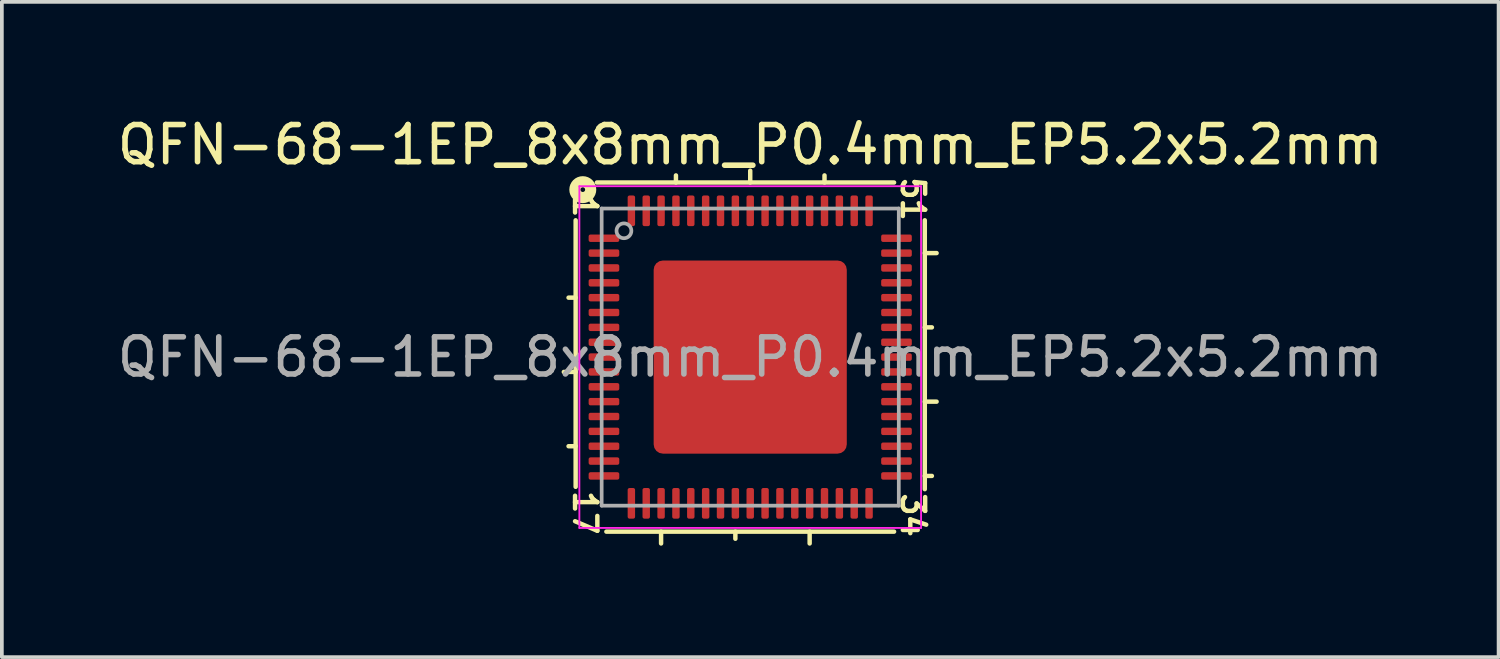
<source format=kicad_pcb>
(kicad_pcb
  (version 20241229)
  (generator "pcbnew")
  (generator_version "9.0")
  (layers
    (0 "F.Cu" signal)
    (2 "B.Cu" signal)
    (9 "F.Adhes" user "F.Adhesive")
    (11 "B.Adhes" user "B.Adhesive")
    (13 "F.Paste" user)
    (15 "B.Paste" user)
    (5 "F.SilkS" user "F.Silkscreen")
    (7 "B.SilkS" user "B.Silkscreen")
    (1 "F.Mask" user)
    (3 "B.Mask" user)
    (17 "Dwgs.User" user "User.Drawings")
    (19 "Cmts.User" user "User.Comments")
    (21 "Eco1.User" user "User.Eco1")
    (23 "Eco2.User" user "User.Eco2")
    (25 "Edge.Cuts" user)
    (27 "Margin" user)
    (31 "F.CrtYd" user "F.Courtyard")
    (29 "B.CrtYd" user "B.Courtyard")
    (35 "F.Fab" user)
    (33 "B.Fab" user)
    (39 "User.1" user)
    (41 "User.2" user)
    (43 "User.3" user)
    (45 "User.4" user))
  (footprint "QFN-68-1EP_8x8mm_P0.4mm_EP5.2x5.2mm"
    (layer "F.Cu")
    (at 17.149 6.564)
    (property "Reference" "QFN-68-1EP_8x8mm_P0.4mm_EP5.2x5.2mm" (at 0 -5.716 0) (layer "F.SilkS") (effects (font (size 1 1) (thickness 0.15))))
    (attr smd)
    (fp_line (start -4.7 -3.683) (end -4.7 3.493) (stroke (width 0.12) (type solid)) (layer "F.SilkS"))
    (fp_line (start -4.7 -1.6) (end -4.891 -1.6) (stroke (width 0.12) (type solid)) (layer "F.SilkS"))
    (fp_line (start -4.7 0.4) (end -5.018 0.4) (stroke (width 0.12) (type solid)) (layer "F.SilkS"))
    (fp_line (start -4.7 2.4) (end -4.891 2.4) (stroke (width 0.12) (type solid)) (layer "F.SilkS"))
    (fp_line (start -3.873 4.7) (end 3.873 4.7) (stroke (width 0.12) (type solid)) (layer "F.SilkS"))
    (fp_line (start -2.4 4.7) (end -2.4 5.018) (stroke (width 0.12) (type solid)) (layer "F.SilkS"))
    (fp_line (start -2 -4.7) (end -2 -4.891) (stroke (width 0.12) (type solid)) (layer "F.SilkS"))
    (fp_line (start -0.4 4.7) (end -0.4 4.891) (stroke (width 0.12) (type solid)) (layer "F.SilkS"))
    (fp_line (start 0 -4.7) (end 0 -5.018) (stroke (width 0.12) (type solid)) (layer "F.SilkS"))
    (fp_line (start 1.6 4.7) (end 1.6 5.018) (stroke (width 0.12) (type solid)) (layer "F.SilkS"))
    (fp_line (start 2 -4.7) (end 2 -4.891) (stroke (width 0.12) (type solid)) (layer "F.SilkS"))
    (fp_line (start 3.873 -4.7) (end -4.128 -4.7) (stroke (width 0.12) (type solid)) (layer "F.SilkS"))
    (fp_line (start 4.7 -2.8) (end 5.018 -2.8) (stroke (width 0.12) (type solid)) (layer "F.SilkS"))
    (fp_line (start 4.7 -0.8) (end 4.891 -0.8) (stroke (width 0.12) (type solid)) (layer "F.SilkS"))
    (fp_line (start 4.7 1.2) (end 5.018 1.2) (stroke (width 0.12) (type solid)) (layer "F.SilkS"))
    (fp_line (start 4.7 3.2) (end 4.891 3.2) (stroke (width 0.12) (type solid)) (layer "F.SilkS"))
    (fp_line (start 4.7 3.556) (end 4.7 -3.683) (stroke (width 0.12) (type solid)) (layer "F.SilkS"))
    (fp_circle (center -4.508 -4.508) (end -4.445 -4.508) (stroke (width 0.3) (type solid)) (fill no) (layer "F.SilkS"))
    (fp_line (start -4.6 -4.6) (end -4.6 4.6) (stroke (width 0.05) (type solid)) (layer "F.CrtYd"))
    (fp_line (start -4.6 4.6) (end 4.6 4.6) (stroke (width 0.05) (type solid)) (layer "F.CrtYd"))
    (fp_line (start 4.6 -4.6) (end -4.6 -4.6) (stroke (width 0.05) (type solid)) (layer "F.CrtYd"))
    (fp_line (start 4.6 4.6) (end 4.6 -4.6) (stroke (width 0.05) (type solid)) (layer "F.CrtYd"))
    (fp_line (start -4 -4) (end 4 -4) (stroke (width 0.1) (type solid)) (layer "F.Fab"))
    (fp_line (start -4 4) (end -4 -4) (stroke (width 0.1) (type solid)) (layer "F.Fab"))
    (fp_line (start 4 -4) (end 4 4) (stroke (width 0.1) (type solid)) (layer "F.Fab"))
    (fp_line (start 4 4) (end -4 4) (stroke (width 0.1) (type solid)) (layer "F.Fab"))
    (fp_circle (center -3.4 -3.4) (end -3.2 -3.4) (stroke (width 0.1) (type solid)) (fill no) (layer "F.Fab"))
    (fp_text user "51" (at 4.381 -4.255 270) (unlocked yes) (layer "F.SilkS") (effects (font (size 0.6 0.6) (thickness 0.12))))
    (fp_text user "34" (at 4.381 4.255 270) (unlocked yes) (layer "F.SilkS") (effects (font (size 0.6 0.6) (thickness 0.12))))
    (fp_text user "17" (at -4.445 4.191 270) (unlocked yes) (layer "F.SilkS") (effects (font (size 0.6 0.6) (thickness 0.12))))
    (fp_text user "1" (at -4.445 -4.064 270) (unlocked yes) (layer "F.SilkS") (effects (font (size 0.6 0.6) (thickness 0.12))))
    (fp_text user "${REFERENCE}" (at 0 0 0) (layer "F.Fab") (effects (font (size 1 1) (thickness 0.15))))
    (pad "" smd roundrect (at -1.95 -1.95) (size 1.05 1.05) (layers "F.Paste") (roundrect_rratio 0.238))
    (pad "" smd roundrect (at -1.95 -0.65) (size 1.05 1.05) (layers "F.Paste") (roundrect_rratio 0.238))
    (pad "" smd roundrect (at -1.95 0.65) (size 1.05 1.05) (layers "F.Paste") (roundrect_rratio 0.238))
    (pad "" smd roundrect (at -1.95 1.95) (size 1.05 1.05) (layers "F.Paste") (roundrect_rratio 0.238))
    (pad "" smd roundrect (at -0.65 -1.95) (size 1.05 1.05) (layers "F.Paste") (roundrect_rratio 0.238))
    (pad "" smd roundrect (at -0.65 -0.65) (size 1.05 1.05) (layers "F.Paste") (roundrect_rratio 0.238))
    (pad "" smd roundrect (at -0.65 0.65) (size 1.05 1.05) (layers "F.Paste") (roundrect_rratio 0.238))
    (pad "" smd roundrect (at -0.65 1.95) (size 1.05 1.05) (layers "F.Paste") (roundrect_rratio 0.238))
    (pad "" smd roundrect (at 0.65 -1.95) (size 1.05 1.05) (layers "F.Paste") (roundrect_rratio 0.238))
    (pad "" smd roundrect (at 0.65 -0.65) (size 1.05 1.05) (layers "F.Paste") (roundrect_rratio 0.238))
    (pad "" smd roundrect (at 0.65 0.65) (size 1.05 1.05) (layers "F.Paste") (roundrect_rratio 0.238))
    (pad "" smd roundrect (at 0.65 1.95) (size 1.05 1.05) (layers "F.Paste") (roundrect_rratio 0.238))
    (pad "" smd roundrect (at 1.95 -1.95) (size 1.05 1.05) (layers "F.Paste") (roundrect_rratio 0.238))
    (pad "" smd roundrect (at 1.95 -0.65) (size 1.05 1.05) (layers "F.Paste") (roundrect_rratio 0.238))
    (pad "" smd roundrect (at 1.95 0.65) (size 1.05 1.05) (layers "F.Paste") (roundrect_rratio 0.238))
    (pad "" smd roundrect (at 1.95 1.95) (size 1.05 1.05) (layers "F.Paste") (roundrect_rratio 0.238))
    (pad "1" smd roundrect (at -3.938 -3.2) (size 0.825 0.2) (layers "F.Cu" "F.Mask" "F.Paste") (roundrect_rratio 0.25))
    (pad "2" smd roundrect (at -3.938 -2.8) (size 0.825 0.2) (layers "F.Cu" "F.Mask" "F.Paste") (roundrect_rratio 0.25))
    (pad "3" smd roundrect (at -3.938 -2.4) (size 0.825 0.2) (layers "F.Cu" "F.Mask" "F.Paste") (roundrect_rratio 0.25))
    (pad "4" smd roundrect (at -3.938 -2) (size 0.825 0.2) (layers "F.Cu" "F.Mask" "F.Paste") (roundrect_rratio 0.25))
    (pad "5" smd roundrect (at -3.938 -1.6) (size 0.825 0.2) (layers "F.Cu" "F.Mask" "F.Paste") (roundrect_rratio 0.25))
    (pad "6" smd roundrect (at -3.938 -1.2) (size 0.825 0.2) (layers "F.Cu" "F.Mask" "F.Paste") (roundrect_rratio 0.25))
    (pad "7" smd roundrect (at -3.938 -0.8) (size 0.825 0.2) (layers "F.Cu" "F.Mask" "F.Paste") (roundrect_rratio 0.25))
    (pad "8" smd roundrect (at -3.938 -0.4) (size 0.825 0.2) (layers "F.Cu" "F.Mask" "F.Paste") (roundrect_rratio 0.25))
    (pad "9" smd roundrect (at -3.938 0) (size 0.825 0.2) (layers "F.Cu" "F.Mask" "F.Paste") (roundrect_rratio 0.25))
    (pad "10" smd roundrect (at -3.938 0.4) (size 0.825 0.2) (layers "F.Cu" "F.Mask" "F.Paste") (roundrect_rratio 0.25))
    (pad "11" smd roundrect (at -3.938 0.8) (size 0.825 0.2) (layers "F.Cu" "F.Mask" "F.Paste") (roundrect_rratio 0.25))
    (pad "12" smd roundrect (at -3.938 1.2) (size 0.825 0.2) (layers "F.Cu" "F.Mask" "F.Paste") (roundrect_rratio 0.25))
    (pad "13" smd roundrect (at -3.938 1.6) (size 0.825 0.2) (layers "F.Cu" "F.Mask" "F.Paste") (roundrect_rratio 0.25))
    (pad "14" smd roundrect (at -3.938 2) (size 0.825 0.2) (layers "F.Cu" "F.Mask" "F.Paste") (roundrect_rratio 0.25))
    (pad "15" smd roundrect (at -3.938 2.4) (size 0.825 0.2) (layers "F.Cu" "F.Mask" "F.Paste") (roundrect_rratio 0.25))
    (pad "16" smd roundrect (at -3.938 2.8) (size 0.825 0.2) (layers "F.Cu" "F.Mask" "F.Paste") (roundrect_rratio 0.25))
    (pad "17" smd roundrect (at -3.938 3.2) (size 0.825 0.2) (layers "F.Cu" "F.Mask" "F.Paste") (roundrect_rratio 0.25))
    (pad "18" smd roundrect (at -3.2 3.938) (size 0.2 0.825) (layers "F.Cu" "F.Mask" "F.Paste") (roundrect_rratio 0.25))
    (pad "19" smd roundrect (at -2.8 3.938) (size 0.2 0.825) (layers "F.Cu" "F.Mask" "F.Paste") (roundrect_rratio 0.25))
    (pad "20" smd roundrect (at -2.4 3.938) (size 0.2 0.825) (layers "F.Cu" "F.Mask" "F.Paste") (roundrect_rratio 0.25))
    (pad "21" smd roundrect (at -2 3.938) (size 0.2 0.825) (layers "F.Cu" "F.Mask" "F.Paste") (roundrect_rratio 0.25))
    (pad "22" smd roundrect (at -1.6 3.938) (size 0.2 0.825) (layers "F.Cu" "F.Mask" "F.Paste") (roundrect_rratio 0.25))
    (pad "23" smd roundrect (at -1.2 3.938) (size 0.2 0.825) (layers "F.Cu" "F.Mask" "F.Paste") (roundrect_rratio 0.25))
    (pad "24" smd roundrect (at -0.8 3.938) (size 0.2 0.825) (layers "F.Cu" "F.Mask" "F.Paste") (roundrect_rratio 0.25))
    (pad "25" smd roundrect (at -0.4 3.938) (size 0.2 0.825) (layers "F.Cu" "F.Mask" "F.Paste") (roundrect_rratio 0.25))
    (pad "26" smd roundrect (at 0 3.938) (size 0.2 0.825) (layers "F.Cu" "F.Mask" "F.Paste") (roundrect_rratio 0.25))
    (pad "27" smd roundrect (at 0.4 3.938) (size 0.2 0.825) (layers "F.Cu" "F.Mask" "F.Paste") (roundrect_rratio 0.25))
    (pad "28" smd roundrect (at 0.8 3.938) (size 0.2 0.825) (layers "F.Cu" "F.Mask" "F.Paste") (roundrect_rratio 0.25))
    (pad "29" smd roundrect (at 1.2 3.938) (size 0.2 0.825) (layers "F.Cu" "F.Mask" "F.Paste") (roundrect_rratio 0.25))
    (pad "30" smd roundrect (at 1.6 3.938) (size 0.2 0.825) (layers "F.Cu" "F.Mask" "F.Paste") (roundrect_rratio 0.25))
    (pad "31" smd roundrect (at 2 3.938) (size 0.2 0.825) (layers "F.Cu" "F.Mask" "F.Paste") (roundrect_rratio 0.25))
    (pad "32" smd roundrect (at 2.4 3.938) (size 0.2 0.825) (layers "F.Cu" "F.Mask" "F.Paste") (roundrect_rratio 0.25))
    (pad "33" smd roundrect (at 2.8 3.938) (size 0.2 0.825) (layers "F.Cu" "F.Mask" "F.Paste") (roundrect_rratio 0.25))
    (pad "34" smd roundrect (at 3.2 3.938) (size 0.2 0.825) (layers "F.Cu" "F.Mask" "F.Paste") (roundrect_rratio 0.25))
    (pad "35" smd roundrect (at 3.938 3.2) (size 0.825 0.2) (layers "F.Cu" "F.Mask" "F.Paste") (roundrect_rratio 0.25))
    (pad "36" smd roundrect (at 3.938 2.8) (size 0.825 0.2) (layers "F.Cu" "F.Mask" "F.Paste") (roundrect_rratio 0.25))
    (pad "37" smd roundrect (at 3.938 2.4) (size 0.825 0.2) (layers "F.Cu" "F.Mask" "F.Paste") (roundrect_rratio 0.25))
    (pad "38" smd roundrect (at 3.938 2) (size 0.825 0.2) (layers "F.Cu" "F.Mask" "F.Paste") (roundrect_rratio 0.25))
    (pad "39" smd roundrect (at 3.938 1.6) (size 0.825 0.2) (layers "F.Cu" "F.Mask" "F.Paste") (roundrect_rratio 0.25))
    (pad "40" smd roundrect (at 3.938 1.2) (size 0.825 0.2) (layers "F.Cu" "F.Mask" "F.Paste") (roundrect_rratio 0.25))
    (pad "41" smd roundrect (at 3.938 0.8) (size 0.825 0.2) (layers "F.Cu" "F.Mask" "F.Paste") (roundrect_rratio 0.25))
    (pad "42" smd roundrect (at 3.938 0.4) (size 0.825 0.2) (layers "F.Cu" "F.Mask" "F.Paste") (roundrect_rratio 0.25))
    (pad "43" smd roundrect (at 3.938 0) (size 0.825 0.2) (layers "F.Cu" "F.Mask" "F.Paste") (roundrect_rratio 0.25))
    (pad "44" smd roundrect (at 3.938 -0.4) (size 0.825 0.2) (layers "F.Cu" "F.Mask" "F.Paste") (roundrect_rratio 0.25))
    (pad "45" smd roundrect (at 3.938 -0.8) (size 0.825 0.2) (layers "F.Cu" "F.Mask" "F.Paste") (roundrect_rratio 0.25))
    (pad "46" smd roundrect (at 3.938 -1.2) (size 0.825 0.2) (layers "F.Cu" "F.Mask" "F.Paste") (roundrect_rratio 0.25))
    (pad "47" smd roundrect (at 3.938 -1.6) (size 0.825 0.2) (layers "F.Cu" "F.Mask" "F.Paste") (roundrect_rratio 0.25))
    (pad "48" smd roundrect (at 3.938 -2) (size 0.825 0.2) (layers "F.Cu" "F.Mask" "F.Paste") (roundrect_rratio 0.25))
    (pad "49" smd roundrect (at 3.938 -2.4) (size 0.825 0.2) (layers "F.Cu" "F.Mask" "F.Paste") (roundrect_rratio 0.25))
    (pad "50" smd roundrect (at 3.938 -2.8) (size 0.825 0.2) (layers "F.Cu" "F.Mask" "F.Paste") (roundrect_rratio 0.25))
    (pad "51" smd roundrect (at 3.938 -3.2) (size 0.825 0.2) (layers "F.Cu" "F.Mask" "F.Paste") (roundrect_rratio 0.25))
    (pad "52" smd roundrect (at 3.2 -3.938) (size 0.2 0.825) (layers "F.Cu" "F.Mask" "F.Paste") (roundrect_rratio 0.25))
    (pad "53" smd roundrect (at 2.8 -3.938) (size 0.2 0.825) (layers "F.Cu" "F.Mask" "F.Paste") (roundrect_rratio 0.25))
    (pad "54" smd roundrect (at 2.4 -3.938) (size 0.2 0.825) (layers "F.Cu" "F.Mask" "F.Paste") (roundrect_rratio 0.25))
    (pad "55" smd roundrect (at 2 -3.938) (size 0.2 0.825) (layers "F.Cu" "F.Mask" "F.Paste") (roundrect_rratio 0.25))
    (pad "56" smd roundrect (at 1.6 -3.938) (size 0.2 0.825) (layers "F.Cu" "F.Mask" "F.Paste") (roundrect_rratio 0.25))
    (pad "57" smd roundrect (at 1.2 -3.938) (size 0.2 0.825) (layers "F.Cu" "F.Mask" "F.Paste") (roundrect_rratio 0.25))
    (pad "58" smd roundrect (at 0.8 -3.938) (size 0.2 0.825) (layers "F.Cu" "F.Mask" "F.Paste") (roundrect_rratio 0.25))
    (pad "59" smd roundrect (at 0.4 -3.938) (size 0.2 0.825) (layers "F.Cu" "F.Mask" "F.Paste") (roundrect_rratio 0.25))
    (pad "60" smd roundrect (at 0 -3.938) (size 0.2 0.825) (layers "F.Cu" "F.Mask" "F.Paste") (roundrect_rratio 0.25))
    (pad "61" smd roundrect (at -0.4 -3.938) (size 0.2 0.825) (layers "F.Cu" "F.Mask" "F.Paste") (roundrect_rratio 0.25))
    (pad "62" smd roundrect (at -0.8 -3.938) (size 0.2 0.825) (layers "F.Cu" "F.Mask" "F.Paste") (roundrect_rratio 0.25))
    (pad "63" smd roundrect (at -1.2 -3.938) (size 0.2 0.825) (layers "F.Cu" "F.Mask" "F.Paste") (roundrect_rratio 0.25))
    (pad "64" smd roundrect (at -1.6 -3.938) (size 0.2 0.825) (layers "F.Cu" "F.Mask" "F.Paste") (roundrect_rratio 0.25))
    (pad "65" smd roundrect (at -2 -3.938) (size 0.2 0.825) (layers "F.Cu" "F.Mask" "F.Paste") (roundrect_rratio 0.25))
    (pad "66" smd roundrect (at -2.4 -3.938) (size 0.2 0.825) (layers "F.Cu" "F.Mask" "F.Paste") (roundrect_rratio 0.25))
    (pad "67" smd roundrect (at -2.8 -3.938) (size 0.2 0.825) (layers "F.Cu" "F.Mask" "F.Paste") (roundrect_rratio 0.25))
    (pad "68" smd roundrect (at -3.2 -3.938) (size 0.2 0.825) (layers "F.Cu" "F.Mask" "F.Paste") (roundrect_rratio 0.25))
    (pad "69" smd roundrect (at 0 0) (size 5.2 5.2) (layers "F.Cu" "F.Mask") (roundrect_rratio 0.048)))
  (gr_rect
    (start -3 -3)
    (end 37.298 14.642)
    (stroke (width 0.1) (type default))
    (fill no)
    (layer "Edge.Cuts")))
</source>
